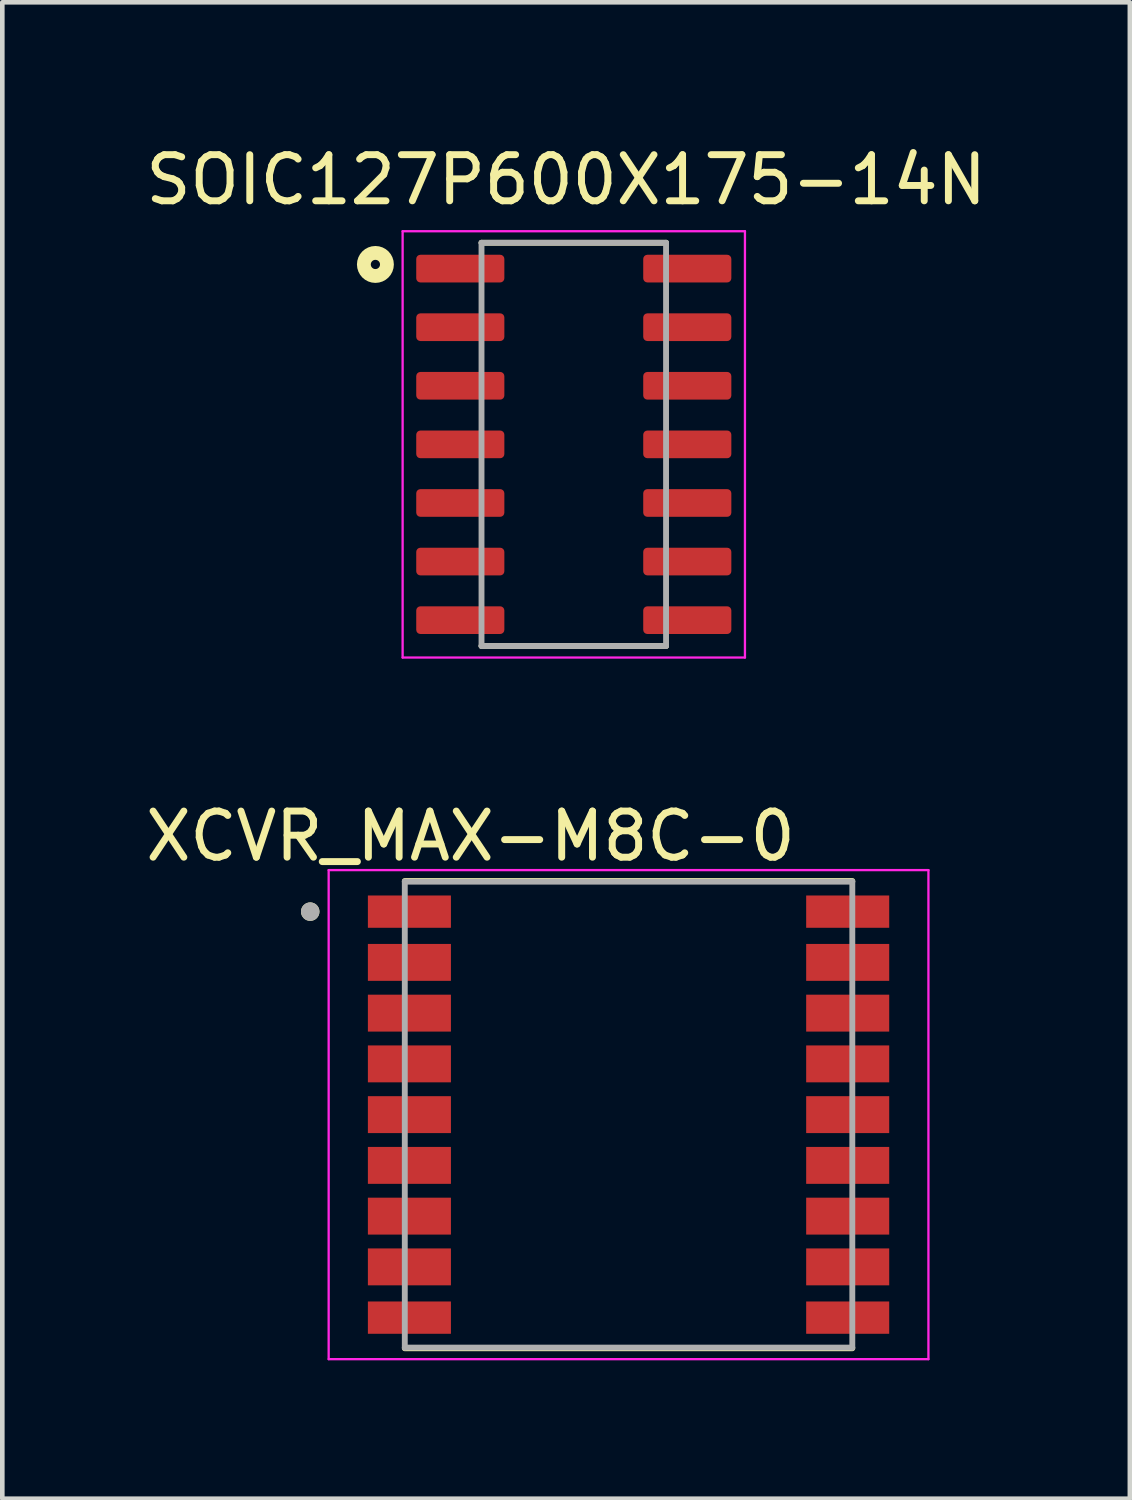
<source format=kicad_pcb>
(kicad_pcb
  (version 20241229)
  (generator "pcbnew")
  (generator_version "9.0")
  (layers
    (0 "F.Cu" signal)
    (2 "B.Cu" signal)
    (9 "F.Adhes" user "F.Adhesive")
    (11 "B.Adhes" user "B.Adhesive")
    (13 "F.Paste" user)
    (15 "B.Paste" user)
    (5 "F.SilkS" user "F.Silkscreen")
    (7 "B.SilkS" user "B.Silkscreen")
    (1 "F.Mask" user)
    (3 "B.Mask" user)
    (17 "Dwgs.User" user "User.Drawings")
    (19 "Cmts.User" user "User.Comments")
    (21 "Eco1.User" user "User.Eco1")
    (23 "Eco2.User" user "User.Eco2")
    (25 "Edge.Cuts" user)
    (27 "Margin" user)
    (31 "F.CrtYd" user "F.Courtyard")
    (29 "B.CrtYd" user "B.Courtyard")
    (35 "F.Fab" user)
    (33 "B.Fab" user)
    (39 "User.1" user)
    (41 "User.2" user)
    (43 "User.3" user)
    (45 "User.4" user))
  (footprint "SOIC127P600X175-14N"
    (layer "F.Cu")
    (at 9.387 6.582)
    (property "Reference" "SOIC127P600X175-14N" (at -0.166 -5.734 0) (layer "F.SilkS") (effects (font (size 1 1) (thickness 0.15))))
    (attr smd)
    (fp_line (start -2 -4.37) (end 2 -4.37) (stroke (width 0.127) (type solid)) (layer "F.SilkS"))
    (fp_line (start 2 4.37) (end -2 4.37) (stroke (width 0.127) (type solid)) (layer "F.SilkS"))
    (fp_circle (center -4.3 -3.9) (end -4.2 -3.9) (stroke (width 0.3) (type solid)) (fill no) (layer "F.SilkS"))
    (fp_line (start -3.71 -4.62) (end 3.71 -4.62) (stroke (width 0.05) (type solid)) (layer "F.CrtYd"))
    (fp_line (start -3.71 4.62) (end -3.71 -4.62) (stroke (width 0.05) (type solid)) (layer "F.CrtYd"))
    (fp_line (start 3.71 -4.62) (end 3.71 4.62) (stroke (width 0.05) (type solid)) (layer "F.CrtYd"))
    (fp_line (start 3.71 4.62) (end -3.71 4.62) (stroke (width 0.05) (type solid)) (layer "F.CrtYd"))
    (fp_line (start -2 -4.37) (end 2 -4.37) (stroke (width 0.127) (type solid)) (layer "F.Fab"))
    (fp_line (start -2 4.37) (end -2 -4.37) (stroke (width 0.127) (type solid)) (layer "F.Fab"))
    (fp_line (start 2 -4.37) (end 2 4.37) (stroke (width 0.127) (type solid)) (layer "F.Fab"))
    (fp_line (start 2 4.37) (end -2 4.37) (stroke (width 0.127) (type solid)) (layer "F.Fab"))
    (pad "1" smd roundrect (at -2.46 -3.81) (size 1.91 0.6) (layers "F.Cu" "F.Mask" "F.Paste") (roundrect_rratio 0.15))
    (pad "2" smd roundrect (at -2.46 -2.54) (size 1.91 0.6) (layers "F.Cu" "F.Mask" "F.Paste") (roundrect_rratio 0.15))
    (pad "3" smd roundrect (at -2.46 -1.27) (size 1.91 0.6) (layers "F.Cu" "F.Mask" "F.Paste") (roundrect_rratio 0.15))
    (pad "4" smd roundrect (at -2.46 0) (size 1.91 0.6) (layers "F.Cu" "F.Mask" "F.Paste") (roundrect_rratio 0.15))
    (pad "5" smd roundrect (at -2.46 1.27) (size 1.91 0.6) (layers "F.Cu" "F.Mask" "F.Paste") (roundrect_rratio 0.15))
    (pad "6" smd roundrect (at -2.46 2.54) (size 1.91 0.6) (layers "F.Cu" "F.Mask" "F.Paste") (roundrect_rratio 0.15))
    (pad "7" smd roundrect (at -2.46 3.81) (size 1.91 0.6) (layers "F.Cu" "F.Mask" "F.Paste") (roundrect_rratio 0.15))
    (pad "8" smd roundrect (at 2.46 3.81) (size 1.91 0.6) (layers "F.Cu" "F.Mask" "F.Paste") (roundrect_rratio 0.15))
    (pad "9" smd roundrect (at 2.46 2.54) (size 1.91 0.6) (layers "F.Cu" "F.Mask" "F.Paste") (roundrect_rratio 0.15))
    (pad "10" smd roundrect (at 2.46 1.27) (size 1.91 0.6) (layers "F.Cu" "F.Mask" "F.Paste") (roundrect_rratio 0.15))
    (pad "11" smd roundrect (at 2.46 0) (size 1.91 0.6) (layers "F.Cu" "F.Mask" "F.Paste") (roundrect_rratio 0.15))
    (pad "12" smd roundrect (at 2.46 -1.27) (size 1.91 0.6) (layers "F.Cu" "F.Mask" "F.Paste") (roundrect_rratio 0.15))
    (pad "13" smd roundrect (at 2.46 -2.54) (size 1.91 0.6) (layers "F.Cu" "F.Mask" "F.Paste") (roundrect_rratio 0.15))
    (pad "14" smd roundrect (at 2.46 -3.81) (size 1.91 0.6) (layers "F.Cu" "F.Mask" "F.Paste") (roundrect_rratio 0.15)))
  (footprint "XCVR_MAX-M8C-0"
    (layer "F.Cu")
    (at 10.574 21.11)
    (property "Reference" "XCVR_MAX-M8C-0" (at -3.425 -6.035 0) (layer "F.SilkS") (effects (font (size 1 1) (thickness 0.15))))
    (attr smd)
    (fp_poly (pts (xy -5.65 -4.75) (xy -3.85 -4.75) (xy -3.85 -4.05) (xy -5.65 -4.05)) (stroke (width 0.01) (type solid)) (fill yes) (layer "F.Mask"))
    (fp_poly (pts (xy -5.65 -3.7) (xy -3.85 -3.7) (xy -3.85 -2.9) (xy -5.65 -2.9)) (stroke (width 0.01) (type solid)) (fill yes) (layer "F.Mask"))
    (fp_poly (pts (xy -5.65 -2.6) (xy -3.85 -2.6) (xy -3.85 -1.8) (xy -5.65 -1.8)) (stroke (width 0.01) (type solid)) (fill yes) (layer "F.Mask"))
    (fp_poly (pts (xy -5.65 -1.5) (xy -3.85 -1.5) (xy -3.85 -0.7) (xy -5.65 -0.7)) (stroke (width 0.01) (type solid)) (fill yes) (layer "F.Mask"))
    (fp_poly (pts (xy -5.65 -0.4) (xy -3.85 -0.4) (xy -3.85 0.4) (xy -5.65 0.4)) (stroke (width 0.01) (type solid)) (fill yes) (layer "F.Mask"))
    (fp_poly (pts (xy -5.65 0.7) (xy -3.85 0.7) (xy -3.85 1.5) (xy -5.65 1.5)) (stroke (width 0.01) (type solid)) (fill yes) (layer "F.Mask"))
    (fp_poly (pts (xy -5.65 1.8) (xy -3.85 1.8) (xy -3.85 2.6) (xy -5.65 2.6)) (stroke (width 0.01) (type solid)) (fill yes) (layer "F.Mask"))
    (fp_poly (pts (xy -5.65 2.9) (xy -3.85 2.9) (xy -3.85 3.7) (xy -5.65 3.7)) (stroke (width 0.01) (type solid)) (fill yes) (layer "F.Mask"))
    (fp_poly (pts (xy -5.65 4.05) (xy -3.85 4.05) (xy -3.85 4.75) (xy -5.65 4.75)) (stroke (width 0.01) (type solid)) (fill yes) (layer "F.Mask"))
    (fp_poly (pts (xy 3.85 -4.75) (xy 5.65 -4.75) (xy 5.65 -4.05) (xy 3.85 -4.05)) (stroke (width 0.01) (type solid)) (fill yes) (layer "F.Mask"))
    (fp_poly (pts (xy 3.85 -3.7) (xy 5.65 -3.7) (xy 5.65 -2.9) (xy 3.85 -2.9)) (stroke (width 0.01) (type solid)) (fill yes) (layer "F.Mask"))
    (fp_poly (pts (xy 3.85 -2.6) (xy 5.65 -2.6) (xy 5.65 -1.8) (xy 3.85 -1.8)) (stroke (width 0.01) (type solid)) (fill yes) (layer "F.Mask"))
    (fp_poly (pts (xy 3.85 -1.5) (xy 5.65 -1.5) (xy 5.65 -0.7) (xy 3.85 -0.7)) (stroke (width 0.01) (type solid)) (fill yes) (layer "F.Mask"))
    (fp_poly (pts (xy 3.85 -0.4) (xy 5.65 -0.4) (xy 5.65 0.4) (xy 3.85 0.4)) (stroke (width 0.01) (type solid)) (fill yes) (layer "F.Mask"))
    (fp_poly (pts (xy 3.85 0.7) (xy 5.65 0.7) (xy 5.65 1.5) (xy 3.85 1.5)) (stroke (width 0.01) (type solid)) (fill yes) (layer "F.Mask"))
    (fp_poly (pts (xy 3.85 1.8) (xy 5.65 1.8) (xy 5.65 2.6) (xy 3.85 2.6)) (stroke (width 0.01) (type solid)) (fill yes) (layer "F.Mask"))
    (fp_poly (pts (xy 3.85 2.9) (xy 5.65 2.9) (xy 5.65 3.7) (xy 3.85 3.7)) (stroke (width 0.01) (type solid)) (fill yes) (layer "F.Mask"))
    (fp_poly (pts (xy 3.85 4.05) (xy 5.65 4.05) (xy 5.65 4.75) (xy 3.85 4.75)) (stroke (width 0.01) (type solid)) (fill yes) (layer "F.Mask"))
    (fp_line (start -4.85 -5.064) (end 4.85 -5.064) (stroke (width 0.127) (type solid)) (layer "F.SilkS"))
    (fp_line (start -4.85 5.064) (end 4.85 5.064) (stroke (width 0.127) (type solid)) (layer "F.SilkS"))
    (fp_circle (center -6.9 -4.4) (end -6.8 -4.4) (stroke (width 0.2) (type solid)) (fill no) (layer "F.SilkS"))
    (fp_poly (pts (xy -6.25 -4.75) (xy -4.85 -4.75) (xy -4.85 -4.65) (xy -3.95 -4.65) (xy -3.95 -4.15) (xy -4.85 -4.15) (xy -4.85 -4.05) (xy -6.25 -4.05)) (stroke (width 0.01) (type solid)) (fill yes) (layer "F.Paste"))
    (fp_poly (pts (xy -6.25 -3.7) (xy -4.85 -3.7) (xy -4.85 -3.6) (xy -3.95 -3.6) (xy -3.95 -3) (xy -4.85 -3) (xy -4.85 -2.9) (xy -6.25 -2.9)) (stroke (width 0.01) (type solid)) (fill yes) (layer "F.Paste"))
    (fp_poly (pts (xy -6.25 -2.6) (xy -4.85 -2.6) (xy -4.85 -2.5) (xy -3.95 -2.5) (xy -3.95 -1.9) (xy -4.85 -1.9) (xy -4.85 -1.8) (xy -6.25 -1.8)) (stroke (width 0.01) (type solid)) (fill yes) (layer "F.Paste"))
    (fp_poly (pts (xy -6.25 -1.5) (xy -4.85 -1.5) (xy -4.85 -1.4) (xy -3.95 -1.4) (xy -3.95 -0.8) (xy -4.85 -0.8) (xy -4.85 -0.7) (xy -6.25 -0.7)) (stroke (width 0.01) (type solid)) (fill yes) (layer "F.Paste"))
    (fp_poly (pts (xy -6.25 -0.4) (xy -4.85 -0.4) (xy -4.85 -0.3) (xy -3.95 -0.3) (xy -3.95 0.3) (xy -4.85 0.3) (xy -4.85 0.4) (xy -6.25 0.4)) (stroke (width 0.01) (type solid)) (fill yes) (layer "F.Paste"))
    (fp_poly (pts (xy -6.25 0.7) (xy -4.85 0.7) (xy -4.85 0.8) (xy -3.95 0.8) (xy -3.95 1.4) (xy -4.85 1.4) (xy -4.85 1.5) (xy -6.25 1.5)) (stroke (width 0.01) (type solid)) (fill yes) (layer "F.Paste"))
    (fp_poly (pts (xy -6.25 1.8) (xy -4.85 1.8) (xy -4.85 1.9) (xy -3.95 1.9) (xy -3.95 2.5) (xy -4.85 2.5) (xy -4.85 2.6) (xy -6.25 2.6)) (stroke (width 0.01) (type solid)) (fill yes) (layer "F.Paste"))
    (fp_poly (pts (xy -6.25 2.9) (xy -4.85 2.9) (xy -4.85 3) (xy -3.95 3) (xy -3.95 3.6) (xy -4.85 3.6) (xy -4.85 3.7) (xy -6.25 3.7)) (stroke (width 0.01) (type solid)) (fill yes) (layer "F.Paste"))
    (fp_poly (pts (xy -6.25 4.05) (xy -4.85 4.05) (xy -4.85 4.15) (xy -3.95 4.15) (xy -3.95 4.65) (xy -4.85 4.65) (xy -4.85 4.75) (xy -6.25 4.75)) (stroke (width 0.01) (type solid)) (fill yes) (layer "F.Paste"))
    (fp_poly (pts (xy 6.25 -4.05) (xy 4.85 -4.05) (xy 4.85 -4.15) (xy 3.95 -4.15) (xy 3.95 -4.65) (xy 4.85 -4.65) (xy 4.85 -4.75) (xy 6.25 -4.75)) (stroke (width 0.01) (type solid)) (fill yes) (layer "F.Paste"))
    (fp_poly (pts (xy 6.25 -2.9) (xy 4.85 -2.9) (xy 4.85 -3) (xy 3.95 -3) (xy 3.95 -3.6) (xy 4.85 -3.6) (xy 4.85 -3.7) (xy 6.25 -3.7)) (stroke (width 0.01) (type solid)) (fill yes) (layer "F.Paste"))
    (fp_poly (pts (xy 6.25 -1.8) (xy 4.85 -1.8) (xy 4.85 -1.9) (xy 3.95 -1.9) (xy 3.95 -2.5) (xy 4.85 -2.5) (xy 4.85 -2.6) (xy 6.25 -2.6)) (stroke (width 0.01) (type solid)) (fill yes) (layer "F.Paste"))
    (fp_poly (pts (xy 6.25 -0.7) (xy 4.85 -0.7) (xy 4.85 -0.8) (xy 3.95 -0.8) (xy 3.95 -1.4) (xy 4.85 -1.4) (xy 4.85 -1.5) (xy 6.25 -1.5)) (stroke (width 0.01) (type solid)) (fill yes) (layer "F.Paste"))
    (fp_poly (pts (xy 6.25 0.4) (xy 4.85 0.4) (xy 4.85 0.3) (xy 3.95 0.3) (xy 3.95 -0.3) (xy 4.85 -0.3) (xy 4.85 -0.4) (xy 6.25 -0.4)) (stroke (width 0.01) (type solid)) (fill yes) (layer "F.Paste"))
    (fp_poly (pts (xy 6.25 1.5) (xy 4.85 1.5) (xy 4.85 1.4) (xy 3.95 1.4) (xy 3.95 0.8) (xy 4.85 0.8) (xy 4.85 0.7) (xy 6.25 0.7)) (stroke (width 0.01) (type solid)) (fill yes) (layer "F.Paste"))
    (fp_poly (pts (xy 6.25 2.6) (xy 4.85 2.6) (xy 4.85 2.5) (xy 3.95 2.5) (xy 3.95 1.9) (xy 4.85 1.9) (xy 4.85 1.8) (xy 6.25 1.8)) (stroke (width 0.01) (type solid)) (fill yes) (layer "F.Paste"))
    (fp_poly (pts (xy 6.25 3.7) (xy 4.85 3.7) (xy 4.85 3.6) (xy 3.95 3.6) (xy 3.95 3) (xy 4.85 3) (xy 4.85 2.9) (xy 6.25 2.9)) (stroke (width 0.01) (type solid)) (fill yes) (layer "F.Paste"))
    (fp_poly (pts (xy 6.25 4.75) (xy 4.85 4.75) (xy 4.85 4.65) (xy 3.95 4.65) (xy 3.95 4.15) (xy 4.85 4.15) (xy 4.85 4.05) (xy 6.25 4.05)) (stroke (width 0.01) (type solid)) (fill yes) (layer "F.Paste"))
    (fp_line (start -6.5 -5.3) (end 6.5 -5.3) (stroke (width 0.05) (type solid)) (layer "F.CrtYd"))
    (fp_line (start -6.5 5.3) (end -6.5 -5.3) (stroke (width 0.05) (type solid)) (layer "F.CrtYd"))
    (fp_line (start 6.5 -5.3) (end 6.5 5.3) (stroke (width 0.05) (type solid)) (layer "F.CrtYd"))
    (fp_line (start 6.5 5.3) (end -6.5 5.3) (stroke (width 0.05) (type solid)) (layer "F.CrtYd"))
    (fp_line (start -4.85 -5.05) (end 4.85 -5.05) (stroke (width 0.127) (type solid)) (layer "F.Fab"))
    (fp_line (start -4.85 5.05) (end -4.85 -5.05) (stroke (width 0.127) (type solid)) (layer "F.Fab"))
    (fp_line (start 4.85 -5.05) (end 4.85 5.05) (stroke (width 0.127) (type solid)) (layer "F.Fab"))
    (fp_line (start 4.85 5.05) (end -4.85 5.05) (stroke (width 0.127) (type solid)) (layer "F.Fab"))
    (fp_circle (center -6.9 -4.4) (end -6.8 -4.4) (stroke (width 0.2) (type solid)) (fill no) (layer "F.Fab"))
    (pad "1" smd rect (at -4.75 -4.4) (size 1.8 0.7) (layers "F.Cu"))
    (pad "2" smd rect (at -4.75 -3.3) (size 1.8 0.8) (layers "F.Cu"))
    (pad "3" smd rect (at -4.75 -2.2) (size 1.8 0.8) (layers "F.Cu"))
    (pad "4" smd rect (at -4.75 -1.1) (size 1.8 0.8) (layers "F.Cu"))
    (pad "5" smd rect (at -4.75 0) (size 1.8 0.8) (layers "F.Cu"))
    (pad "6" smd rect (at -4.75 1.1) (size 1.8 0.8) (layers "F.Cu"))
    (pad "7" smd rect (at -4.75 2.2) (size 1.8 0.8) (layers "F.Cu"))
    (pad "8" smd rect (at -4.75 3.3) (size 1.8 0.8) (layers "F.Cu"))
    (pad "9" smd rect (at -4.75 4.4) (size 1.8 0.7) (layers "F.Cu"))
    (pad "10" smd rect (at 4.75 4.4) (size 1.8 0.7) (layers "F.Cu"))
    (pad "11" smd rect (at 4.75 3.3) (size 1.8 0.8) (layers "F.Cu"))
    (pad "12" smd rect (at 4.75 2.2) (size 1.8 0.8) (layers "F.Cu"))
    (pad "13" smd rect (at 4.75 1.1) (size 1.8 0.8) (layers "F.Cu"))
    (pad "14" smd rect (at 4.75 0) (size 1.8 0.8) (layers "F.Cu"))
    (pad "15" smd rect (at 4.75 -1.1) (size 1.8 0.8) (layers "F.Cu"))
    (pad "16" smd rect (at 4.75 -2.2) (size 1.8 0.8) (layers "F.Cu"))
    (pad "17" smd rect (at 4.75 -3.3) (size 1.8 0.8) (layers "F.Cu"))
    (pad "18" smd rect (at 4.75 -4.4) (size 1.8 0.7) (layers "F.Cu")))
  (gr_rect
    (start -3 -3)
    (end 21.44 29.435)
    (stroke (width 0.1) (type default))
    (fill no)
    (layer "Edge.Cuts")))
</source>
